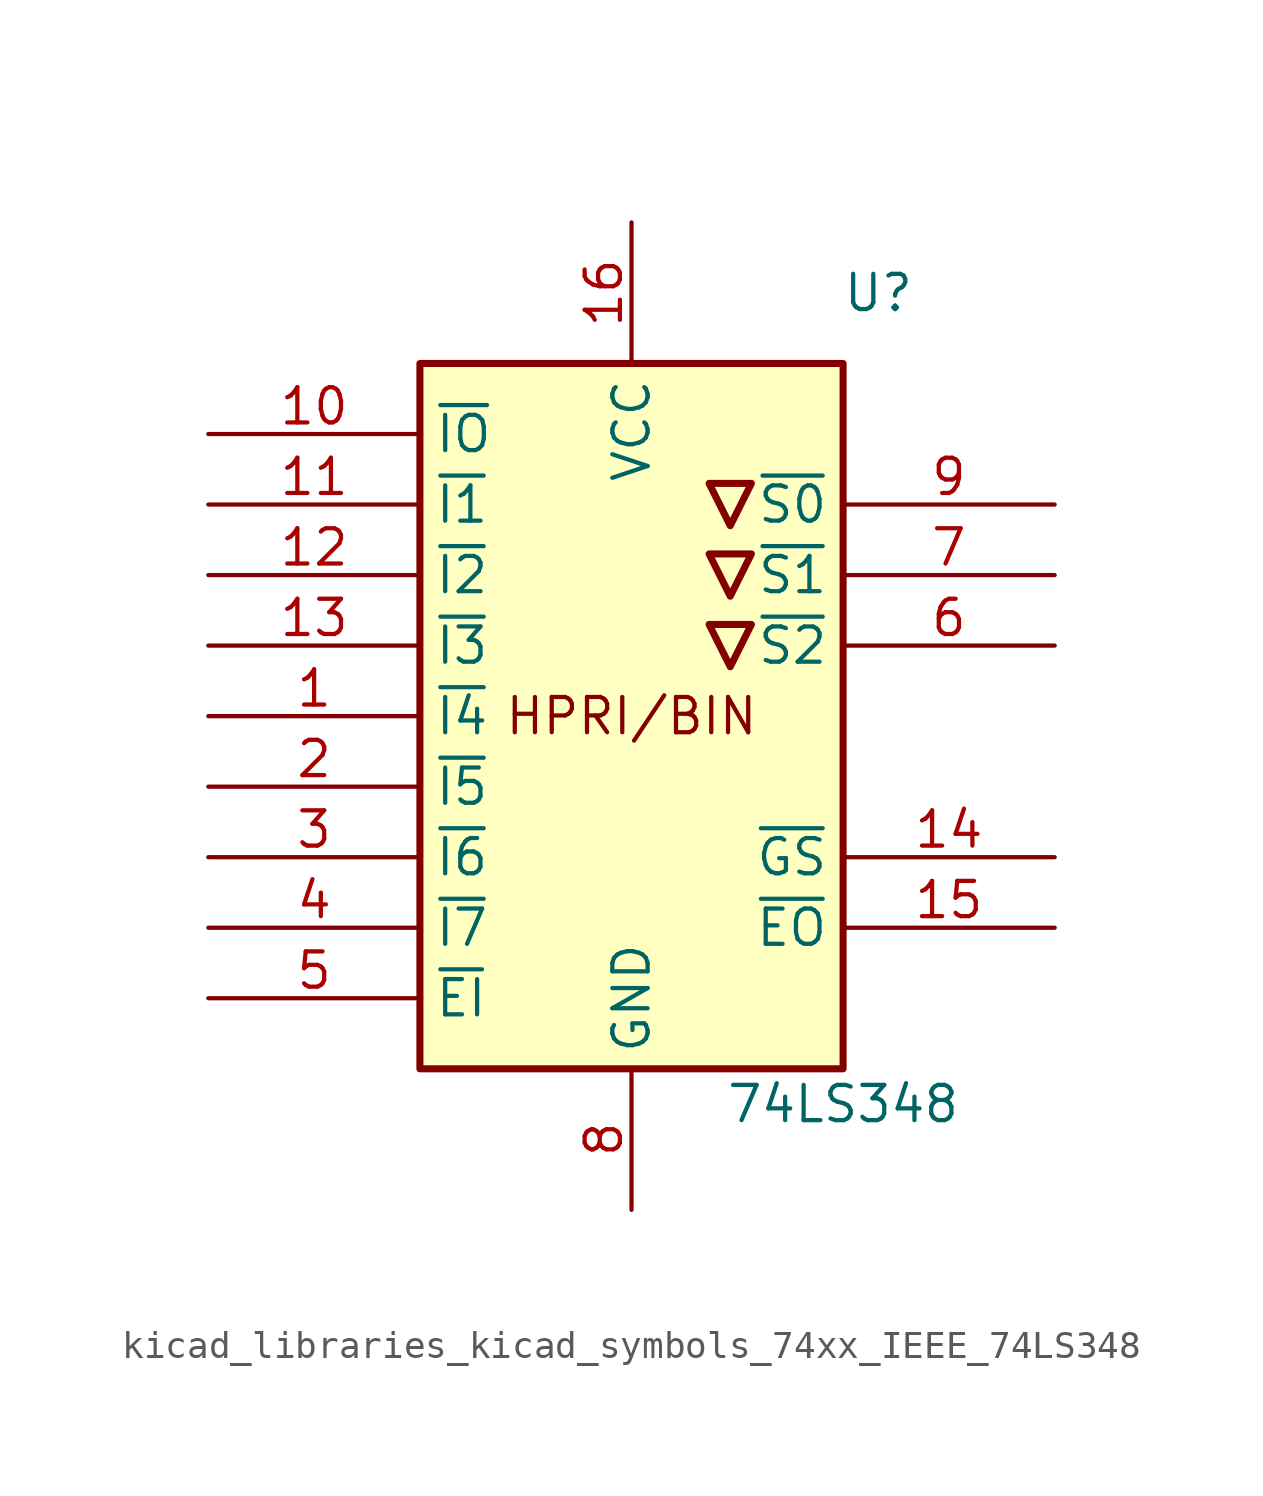
<source format=kicad_sym>
(kicad_symbol_lib
  (version 20220914)
  (generator kicad_symbol_editor)
  (symbol "kicad_libraries_kicad_symbols_74xx_IEEE_74LS348"
    (property "Reference" "U"
      (at 8.89 15.24 0)
      (effects (font (size 1.27 1.27))))
    (property "Value" "74LS348"
      (at 7.62 -13.97 0)
      (effects (font (size 1.27 1.27))))
    (symbol "kicad_libraries_kicad_symbols_74xx_IEEE_74LS348_0_0"
      (rectangle (start -7.62 12.7) (end 7.62 -12.7) (stroke (width 0.254) (type default)) (fill (type background)))
      (polyline (pts (xy 4.318 3.302) (xy 2.794 3.302) (xy 3.556 1.778) (xy 4.318 3.302) (xy 4.318 3.302)) (stroke (width 0.254) (type default)) (fill (type background)))
      (polyline (pts (xy 4.318 5.842) (xy 2.794 5.842) (xy 3.556 4.318) (xy 4.318 5.842) (xy 4.318 5.842)) (stroke (width 0.254) (type default)) (fill (type background)))
      (polyline (pts (xy 4.318 8.382) (xy 2.794 8.382) (xy 3.556 6.858) (xy 4.318 8.382) (xy 4.318 8.382)) (stroke (width 0.254) (type default)) (fill (type background)))
      (text "HPRI/BIN" (at 0 0 0) (effects (font (size 1.27 1.27))))
      (pin power_in line (at 0 17.78 270) (length 5.08) (name "VCC" (effects (font (size 1.27 1.27)))) (number "16" (effects (font (size 1.27 1.27)))))
      (pin power_in line (at 0 -17.78 90) (length 5.08) (name "GND" (effects (font (size 1.27 1.27)))) (number "8" (effects (font (size 1.27 1.27))))))
    (symbol "kicad_libraries_kicad_symbols_74xx_IEEE_74LS348_1_1"
      (pin input line (at -15.24 0 0) (length 7.62) (name "~{I4}" (effects (font (size 1.27 1.27)))) (number "1" (effects (font (size 1.27 1.27)))))
      (pin input line (at -15.24 10.16 0) (length 7.62) (name "~{IO}" (effects (font (size 1.27 1.27)))) (number "10" (effects (font (size 1.27 1.27)))))
      (pin input line (at -15.24 7.62 0) (length 7.62) (name "~{I1}" (effects (font (size 1.27 1.27)))) (number "11" (effects (font (size 1.27 1.27)))))
      (pin input line (at -15.24 5.08 0) (length 7.62) (name "~{I2}" (effects (font (size 1.27 1.27)))) (number "12" (effects (font (size 1.27 1.27)))))
      (pin input line (at -15.24 2.54 0) (length 7.62) (name "~{I3}" (effects (font (size 1.27 1.27)))) (number "13" (effects (font (size 1.27 1.27)))))
      (pin output line (at 15.24 -5.08 180) (length 7.62) (name "~{GS}" (effects (font (size 1.27 1.27)))) (number "14" (effects (font (size 1.27 1.27)))))
      (pin output line (at 15.24 -7.62 180) (length 7.62) (name "~{EO}" (effects (font (size 1.27 1.27)))) (number "15" (effects (font (size 1.27 1.27)))))
      (pin input line (at -15.24 -2.54 0) (length 7.62) (name "~{I5}" (effects (font (size 1.27 1.27)))) (number "2" (effects (font (size 1.27 1.27)))))
      (pin input line (at -15.24 -5.08 0) (length 7.62) (name "~{I6}" (effects (font (size 1.27 1.27)))) (number "3" (effects (font (size 1.27 1.27)))))
      (pin input line (at -15.24 -7.62 0) (length 7.62) (name "~{I7}" (effects (font (size 1.27 1.27)))) (number "4" (effects (font (size 1.27 1.27)))))
      (pin input line (at -15.24 -10.16 0) (length 7.62) (name "~{EI}" (effects (font (size 1.27 1.27)))) (number "5" (effects (font (size 1.27 1.27)))))
      (pin output line (at 15.24 2.54 180) (length 7.62) (name "~{S2}" (effects (font (size 1.27 1.27)))) (number "6" (effects (font (size 1.27 1.27)))))
      (pin output line (at 15.24 5.08 180) (length 7.62) (name "~{S1}" (effects (font (size 1.27 1.27)))) (number "7" (effects (font (size 1.27 1.27)))))
      (pin output line (at 15.24 7.62 180) (length 7.62) (name "~{S0}" (effects (font (size 1.27 1.27)))) (number "9" (effects (font (size 1.27 1.27))))))))
</source>
